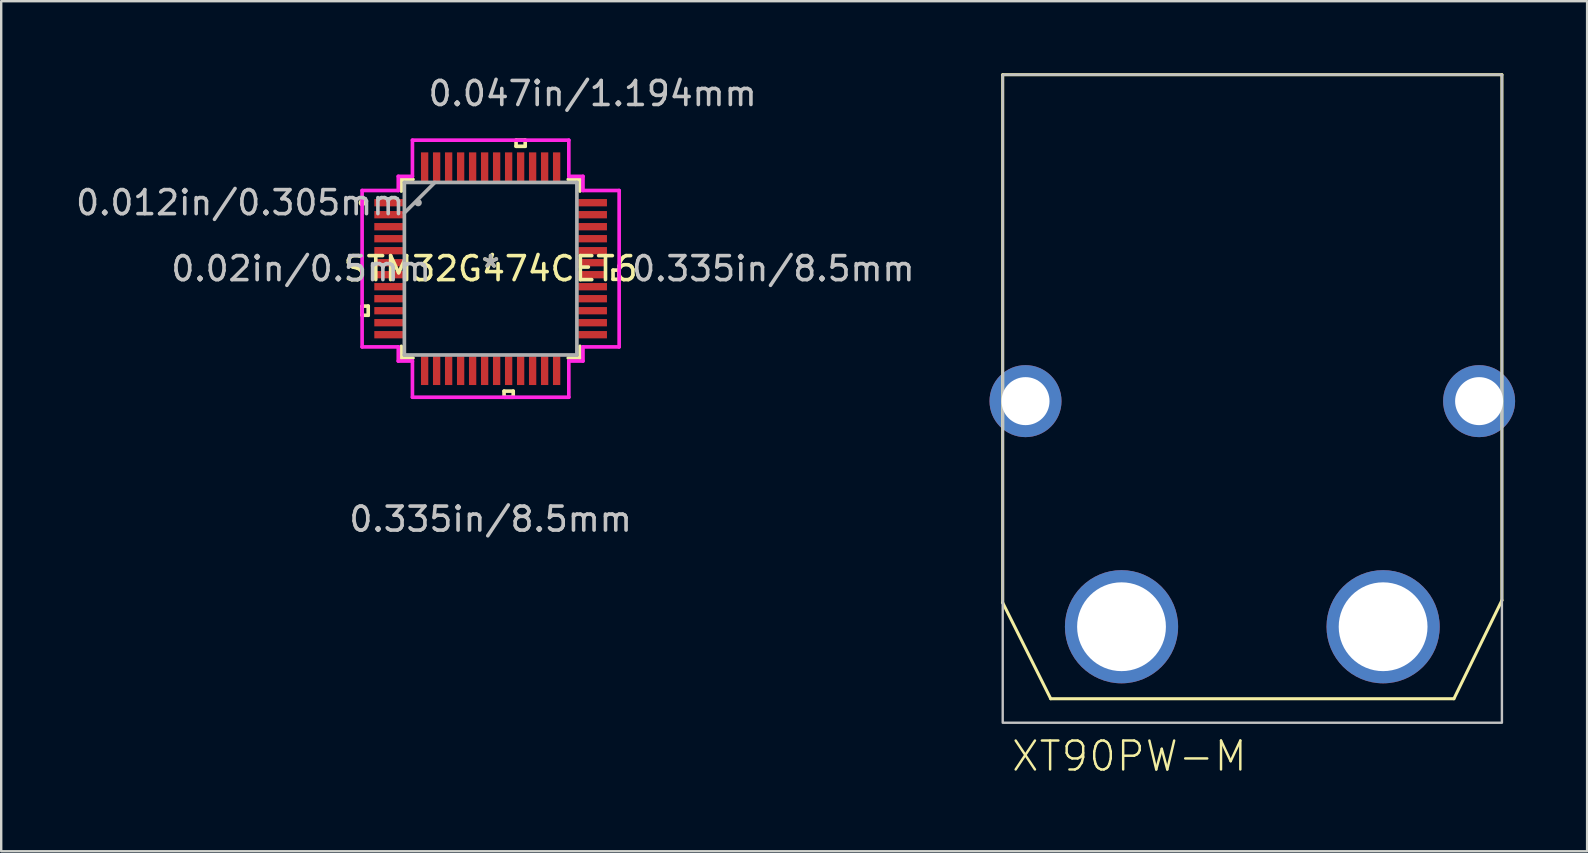
<source format=kicad_pcb>
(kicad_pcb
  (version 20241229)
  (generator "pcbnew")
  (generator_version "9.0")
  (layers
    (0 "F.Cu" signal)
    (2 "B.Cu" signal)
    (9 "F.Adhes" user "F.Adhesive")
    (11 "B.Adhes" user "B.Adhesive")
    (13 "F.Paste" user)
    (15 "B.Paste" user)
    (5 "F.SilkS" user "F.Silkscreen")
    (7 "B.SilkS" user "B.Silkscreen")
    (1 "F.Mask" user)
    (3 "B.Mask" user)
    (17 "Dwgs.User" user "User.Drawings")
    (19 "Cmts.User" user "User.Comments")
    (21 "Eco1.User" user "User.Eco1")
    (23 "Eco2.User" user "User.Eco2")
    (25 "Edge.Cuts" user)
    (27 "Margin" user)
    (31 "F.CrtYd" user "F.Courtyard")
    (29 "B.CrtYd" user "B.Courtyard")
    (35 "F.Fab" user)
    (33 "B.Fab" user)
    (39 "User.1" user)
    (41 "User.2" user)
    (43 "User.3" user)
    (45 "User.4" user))
  (footprint "STM32G474CET6"
    (layer "F.Cu")
    (at 17.393 8.146)
    (property "Reference" "STM32G474CET6" (at 0 0 0) (layer "F.SilkS") (effects (font (size 1 1) (thickness 0.15))))
    (attr through_hole)
    (fp_line (start -5.355 1.559) (end -5.355 1.94) (stroke (width 0.152) (type solid)) (layer "F.SilkS"))
    (fp_line (start -5.355 1.94) (end -5.101 1.94) (stroke (width 0.152) (type solid)) (layer "F.SilkS"))
    (fp_line (start -5.101 1.559) (end -5.355 1.559) (stroke (width 0.152) (type solid)) (layer "F.SilkS"))
    (fp_line (start -5.101 1.94) (end -5.101 1.559) (stroke (width 0.152) (type solid)) (layer "F.SilkS"))
    (fp_line (start -3.721 -3.721) (end -3.721 -3.235) (stroke (width 0.152) (type solid)) (layer "F.SilkS"))
    (fp_line (start -3.721 3.235) (end -3.721 3.721) (stroke (width 0.152) (type solid)) (layer "F.SilkS"))
    (fp_line (start -3.721 3.721) (end -3.235 3.721) (stroke (width 0.152) (type solid)) (layer "F.SilkS"))
    (fp_line (start -3.235 -3.721) (end -3.721 -3.721) (stroke (width 0.152) (type solid)) (layer "F.SilkS"))
    (fp_line (start 0.56 5.101) (end 0.56 5.355) (stroke (width 0.152) (type solid)) (layer "F.SilkS"))
    (fp_line (start 0.56 5.355) (end 0.941 5.355) (stroke (width 0.152) (type solid)) (layer "F.SilkS"))
    (fp_line (start 0.941 5.101) (end 0.56 5.101) (stroke (width 0.152) (type solid)) (layer "F.SilkS"))
    (fp_line (start 0.941 5.355) (end 0.941 5.101) (stroke (width 0.152) (type solid)) (layer "F.SilkS"))
    (fp_line (start 1.06 -5.355) (end 1.44 -5.355) (stroke (width 0.152) (type solid)) (layer "F.SilkS"))
    (fp_line (start 1.06 -5.101) (end 1.06 -5.355) (stroke (width 0.152) (type solid)) (layer "F.SilkS"))
    (fp_line (start 1.44 -5.355) (end 1.44 -5.101) (stroke (width 0.152) (type solid)) (layer "F.SilkS"))
    (fp_line (start 1.44 -5.101) (end 1.06 -5.101) (stroke (width 0.152) (type solid)) (layer "F.SilkS"))
    (fp_line (start 3.235 3.721) (end 3.721 3.721) (stroke (width 0.152) (type solid)) (layer "F.SilkS"))
    (fp_line (start 3.721 -3.721) (end 3.235 -3.721) (stroke (width 0.152) (type solid)) (layer "F.SilkS"))
    (fp_line (start 3.721 -3.235) (end 3.721 -3.721) (stroke (width 0.152) (type solid)) (layer "F.SilkS"))
    (fp_line (start 3.721 3.721) (end 3.721 3.235) (stroke (width 0.152) (type solid)) (layer "F.SilkS"))
    (fp_line (start 5.101 0.059) (end 5.355 0.059) (stroke (width 0.152) (type solid)) (layer "F.SilkS"))
    (fp_line (start 5.101 0.441) (end 5.101 0.059) (stroke (width 0.152) (type solid)) (layer "F.SilkS"))
    (fp_line (start 5.355 0.059) (end 5.355 0.441) (stroke (width 0.152) (type solid)) (layer "F.SilkS"))
    (fp_line (start 5.355 0.441) (end 5.101 0.441) (stroke (width 0.152) (type solid)) (layer "F.SilkS"))
    (fp_circle (center -5.351 -2.75) (end -5.275 -2.75) (stroke (width 0.152) (type solid)) (fill no) (layer "F.SilkS"))
    (fp_line (start -5.355 -3.258) (end -3.848 -3.258) (stroke (width 0.152) (type solid)) (layer "F.CrtYd"))
    (fp_line (start -5.355 3.258) (end -5.355 -3.258) (stroke (width 0.152) (type solid)) (layer "F.CrtYd"))
    (fp_line (start -3.848 -3.848) (end -3.258 -3.848) (stroke (width 0.152) (type solid)) (layer "F.CrtYd"))
    (fp_line (start -3.848 -3.258) (end -3.848 -3.848) (stroke (width 0.152) (type solid)) (layer "F.CrtYd"))
    (fp_line (start -3.848 3.258) (end -5.355 3.258) (stroke (width 0.152) (type solid)) (layer "F.CrtYd"))
    (fp_line (start -3.848 3.848) (end -3.848 3.258) (stroke (width 0.152) (type solid)) (layer "F.CrtYd"))
    (fp_line (start -3.258 -5.355) (end 3.258 -5.355) (stroke (width 0.152) (type solid)) (layer "F.CrtYd"))
    (fp_line (start -3.258 -3.848) (end -3.258 -5.355) (stroke (width 0.152) (type solid)) (layer "F.CrtYd"))
    (fp_line (start -3.258 3.848) (end -3.848 3.848) (stroke (width 0.152) (type solid)) (layer "F.CrtYd"))
    (fp_line (start -3.258 5.355) (end -3.258 3.848) (stroke (width 0.152) (type solid)) (layer "F.CrtYd"))
    (fp_line (start 3.258 -5.355) (end 3.258 -3.848) (stroke (width 0.152) (type solid)) (layer "F.CrtYd"))
    (fp_line (start 3.258 -3.848) (end 3.848 -3.848) (stroke (width 0.152) (type solid)) (layer "F.CrtYd"))
    (fp_line (start 3.258 3.848) (end 3.258 5.355) (stroke (width 0.152) (type solid)) (layer "F.CrtYd"))
    (fp_line (start 3.258 5.355) (end -3.258 5.355) (stroke (width 0.152) (type solid)) (layer "F.CrtYd"))
    (fp_line (start 3.848 -3.848) (end 3.848 -3.258) (stroke (width 0.152) (type solid)) (layer "F.CrtYd"))
    (fp_line (start 3.848 -3.258) (end 5.355 -3.258) (stroke (width 0.152) (type solid)) (layer "F.CrtYd"))
    (fp_line (start 3.848 3.258) (end 3.848 3.848) (stroke (width 0.152) (type solid)) (layer "F.CrtYd"))
    (fp_line (start 3.848 3.848) (end 3.258 3.848) (stroke (width 0.152) (type solid)) (layer "F.CrtYd"))
    (fp_line (start 5.355 -3.258) (end 5.355 3.258) (stroke (width 0.152) (type solid)) (layer "F.CrtYd"))
    (fp_line (start 5.355 3.258) (end 3.848 3.258) (stroke (width 0.152) (type solid)) (layer "F.CrtYd"))
    (fp_line (start -3.594 -3.594) (end -3.594 3.594) (stroke (width 0.152) (type solid)) (layer "F.Fab"))
    (fp_line (start -3.594 -2.324) (end -2.324 -3.594) (stroke (width 0.152) (type solid)) (layer "F.Fab"))
    (fp_line (start -3.594 3.594) (end 3.594 3.594) (stroke (width 0.152) (type solid)) (layer "F.Fab"))
    (fp_line (start 3.594 -3.594) (end -3.594 -3.594) (stroke (width 0.152) (type solid)) (layer "F.Fab"))
    (fp_line (start 3.594 3.594) (end 3.594 -3.594) (stroke (width 0.152) (type solid)) (layer "F.Fab"))
    (fp_circle (center -3.018 -2.75) (end -2.942 -2.75) (stroke (width 0.152) (type solid)) (fill no) (layer "F.Fab"))
    (fp_text user "*" (at 0 0 0) (layer "F.SilkS") (effects (font (size 1 1) (thickness 0.15))))
    (fp_text user "0.335in/8.5mm" (at 11.781 0 0) (layer "Dwgs.User") (effects (font (size 1 1) (thickness 0.15))))
    (fp_text user "0.047in/1.194mm" (at 4.25 -7.298 0) (layer "Dwgs.User") (effects (font (size 1 1) (thickness 0.15))))
    (fp_text user "0.012in/0.305mm" (at -10.435 -2.75 0) (layer "Dwgs.User") (effects (font (size 1 1) (thickness 0.15))))
    (fp_text user "0.02in/0.5mm" (at -7.895 0 0) (layer "Dwgs.User") (effects (font (size 1 1) (thickness 0.15))))
    (fp_text user "0.335in/8.5mm" (at 0 10.435 0) (layer "Dwgs.User") (effects (font (size 1 1) (thickness 0.15))))
    (fp_text user "Copyright 2016 Accelerated Designs. All rights reserved." (at 0 0 0) (layer "Cmts.User") (effects (font (size 0.127 0.127) (thickness 0.002))))
    (fp_text user "*" (at 0 0 0) (layer "F.Fab") (effects (font (size 1 1) (thickness 0.15))))
    (pad "1" smd rect (at -4.25 -2.75) (size 1.194 0.305) (layers "F.Cu" "F.Mask" "F.Paste"))
    (pad "2" smd rect (at -4.25 -2.25) (size 1.194 0.305) (layers "F.Cu" "F.Mask" "F.Paste"))
    (pad "3" smd rect (at -4.25 -1.75) (size 1.194 0.305) (layers "F.Cu" "F.Mask" "F.Paste"))
    (pad "4" smd rect (at -4.25 -1.25) (size 1.194 0.305) (layers "F.Cu" "F.Mask" "F.Paste"))
    (pad "5" smd rect (at -4.25 -0.75) (size 1.194 0.305) (layers "F.Cu" "F.Mask" "F.Paste"))
    (pad "6" smd rect (at -4.25 -0.25) (size 1.194 0.305) (layers "F.Cu" "F.Mask" "F.Paste"))
    (pad "7" smd rect (at -4.25 0.25) (size 1.194 0.305) (layers "F.Cu" "F.Mask" "F.Paste"))
    (pad "8" smd rect (at -4.25 0.75) (size 1.194 0.305) (layers "F.Cu" "F.Mask" "F.Paste"))
    (pad "9" smd rect (at -4.25 1.25) (size 1.194 0.305) (layers "F.Cu" "F.Mask" "F.Paste"))
    (pad "10" smd rect (at -4.25 1.75) (size 1.194 0.305) (layers "F.Cu" "F.Mask" "F.Paste"))
    (pad "11" smd rect (at -4.25 2.25) (size 1.194 0.305) (layers "F.Cu" "F.Mask" "F.Paste"))
    (pad "12" smd rect (at -4.25 2.75) (size 1.194 0.305) (layers "F.Cu" "F.Mask" "F.Paste"))
    (pad "13" smd rect (at -2.75 4.25 90) (size 1.194 0.305) (layers "F.Cu" "F.Mask" "F.Paste"))
    (pad "14" smd rect (at -2.25 4.25 90) (size 1.194 0.305) (layers "F.Cu" "F.Mask" "F.Paste"))
    (pad "15" smd rect (at -1.75 4.25 90) (size 1.194 0.305) (layers "F.Cu" "F.Mask" "F.Paste"))
    (pad "16" smd rect (at -1.25 4.25 90) (size 1.194 0.305) (layers "F.Cu" "F.Mask" "F.Paste"))
    (pad "17" smd rect (at -0.75 4.25 90) (size 1.194 0.305) (layers "F.Cu" "F.Mask" "F.Paste"))
    (pad "18" smd rect (at -0.25 4.25 90) (size 1.194 0.305) (layers "F.Cu" "F.Mask" "F.Paste"))
    (pad "19" smd rect (at 0.25 4.25 90) (size 1.194 0.305) (layers "F.Cu" "F.Mask" "F.Paste"))
    (pad "20" smd rect (at 0.75 4.25 90) (size 1.194 0.305) (layers "F.Cu" "F.Mask" "F.Paste"))
    (pad "21" smd rect (at 1.25 4.25 90) (size 1.194 0.305) (layers "F.Cu" "F.Mask" "F.Paste"))
    (pad "22" smd rect (at 1.75 4.25 90) (size 1.194 0.305) (layers "F.Cu" "F.Mask" "F.Paste"))
    (pad "23" smd rect (at 2.25 4.25 90) (size 1.194 0.305) (layers "F.Cu" "F.Mask" "F.Paste"))
    (pad "24" smd rect (at 2.75 4.25 90) (size 1.194 0.305) (layers "F.Cu" "F.Mask" "F.Paste"))
    (pad "25" smd rect (at 4.25 2.75) (size 1.194 0.305) (layers "F.Cu" "F.Mask" "F.Paste"))
    (pad "26" smd rect (at 4.25 2.25) (size 1.194 0.305) (layers "F.Cu" "F.Mask" "F.Paste"))
    (pad "27" smd rect (at 4.25 1.75) (size 1.194 0.305) (layers "F.Cu" "F.Mask" "F.Paste"))
    (pad "28" smd rect (at 4.25 1.25) (size 1.194 0.305) (layers "F.Cu" "F.Mask" "F.Paste"))
    (pad "29" smd rect (at 4.25 0.75) (size 1.194 0.305) (layers "F.Cu" "F.Mask" "F.Paste"))
    (pad "30" smd rect (at 4.25 0.25) (size 1.194 0.305) (layers "F.Cu" "F.Mask" "F.Paste"))
    (pad "31" smd rect (at 4.25 -0.25) (size 1.194 0.305) (layers "F.Cu" "F.Mask" "F.Paste"))
    (pad "32" smd rect (at 4.25 -0.75) (size 1.194 0.305) (layers "F.Cu" "F.Mask" "F.Paste"))
    (pad "33" smd rect (at 4.25 -1.25) (size 1.194 0.305) (layers "F.Cu" "F.Mask" "F.Paste"))
    (pad "34" smd rect (at 4.25 -1.75) (size 1.194 0.305) (layers "F.Cu" "F.Mask" "F.Paste"))
    (pad "35" smd rect (at 4.25 -2.25) (size 1.194 0.305) (layers "F.Cu" "F.Mask" "F.Paste"))
    (pad "36" smd rect (at 4.25 -2.75) (size 1.194 0.305) (layers "F.Cu" "F.Mask" "F.Paste"))
    (pad "37" smd rect (at 2.75 -4.25 90) (size 1.194 0.305) (layers "F.Cu" "F.Mask" "F.Paste"))
    (pad "38" smd rect (at 2.25 -4.25 90) (size 1.194 0.305) (layers "F.Cu" "F.Mask" "F.Paste"))
    (pad "39" smd rect (at 1.75 -4.25 90) (size 1.194 0.305) (layers "F.Cu" "F.Mask" "F.Paste"))
    (pad "40" smd rect (at 1.25 -4.25 90) (size 1.194 0.305) (layers "F.Cu" "F.Mask" "F.Paste"))
    (pad "41" smd rect (at 0.75 -4.25 90) (size 1.194 0.305) (layers "F.Cu" "F.Mask" "F.Paste"))
    (pad "42" smd rect (at 0.25 -4.25 90) (size 1.194 0.305) (layers "F.Cu" "F.Mask" "F.Paste"))
    (pad "43" smd rect (at -0.25 -4.25 90) (size 1.194 0.305) (layers "F.Cu" "F.Mask" "F.Paste"))
    (pad "44" smd rect (at -0.75 -4.25 90) (size 1.194 0.305) (layers "F.Cu" "F.Mask" "F.Paste"))
    (pad "45" smd rect (at -1.25 -4.25 90) (size 1.194 0.305) (layers "F.Cu" "F.Mask" "F.Paste"))
    (pad "46" smd rect (at -1.75 -4.25 90) (size 1.194 0.305) (layers "F.Cu" "F.Mask" "F.Paste"))
    (pad "47" smd rect (at -2.25 -4.25 90) (size 1.194 0.305) (layers "F.Cu" "F.Mask" "F.Paste"))
    (pad "48" smd rect (at -2.75 -4.25 90) (size 1.194 0.305) (layers "F.Cu" "F.Mask" "F.Paste")))
  (footprint "XT90PW-M"
    (layer "F.Cu")
    (at 49.13 23.064)
    (property "Reference" "XT90PW-M" (at -10.1 6.1 0) (layer "F.SilkS") (effects (font (size 1.206 1.206) (thickness 0.102)) (justify left bottom)))
    (attr through_hole)
    (fp_line (start -10.4 -23) (end 10.4 -23) (stroke (width 0.127) (type solid)) (layer "F.SilkS"))
    (fp_line (start -10.4 -1) (end -10.4 -23) (stroke (width 0.127) (type solid)) (layer "F.SilkS"))
    (fp_line (start -10.4 -1) (end -8.4 3) (stroke (width 0.127) (type solid)) (layer "F.SilkS"))
    (fp_line (start 8.4 3) (end -8.4 3) (stroke (width 0.127) (type solid)) (layer "F.SilkS"))
    (fp_line (start 10.4 -23) (end 10.4 -1.1) (stroke (width 0.127) (type solid)) (layer "F.SilkS"))
    (fp_line (start 10.4 -1.1) (end 8.4 3) (stroke (width 0.127) (type solid)) (layer "F.SilkS"))
    (fp_poly (pts (xy -10.4 4) (xy -10.4 -23) (xy 10.4 -23) (xy 10.4 4)) (stroke (width 0.1) (type solid)) (fill no) (layer "Dwgs.User"))
    (pad "+" thru_hole circle (at 5.45 0) (size 4.716 4.716) (drill 3.7) (layers "*.Cu" "*.Mask"))
    (pad "-" thru_hole circle (at -5.45 0) (size 4.716 4.716) (drill 3.7) (layers "*.Cu" "*.Mask"))
    (pad "S1" thru_hole circle (at -9.45 -9.4) (size 3 3) (drill 2) (layers "*.Cu" "*.Mask"))
    (pad "S2" thru_hole circle (at 9.45 -9.4) (size 3 3) (drill 2) (layers "*.Cu" "*.Mask")))
  (gr_rect
    (start -3 -3)
    (end 63.08 32.42)
    (stroke (width 0.1) (type default))
    (fill no)
    (layer "Edge.Cuts")))
</source>
